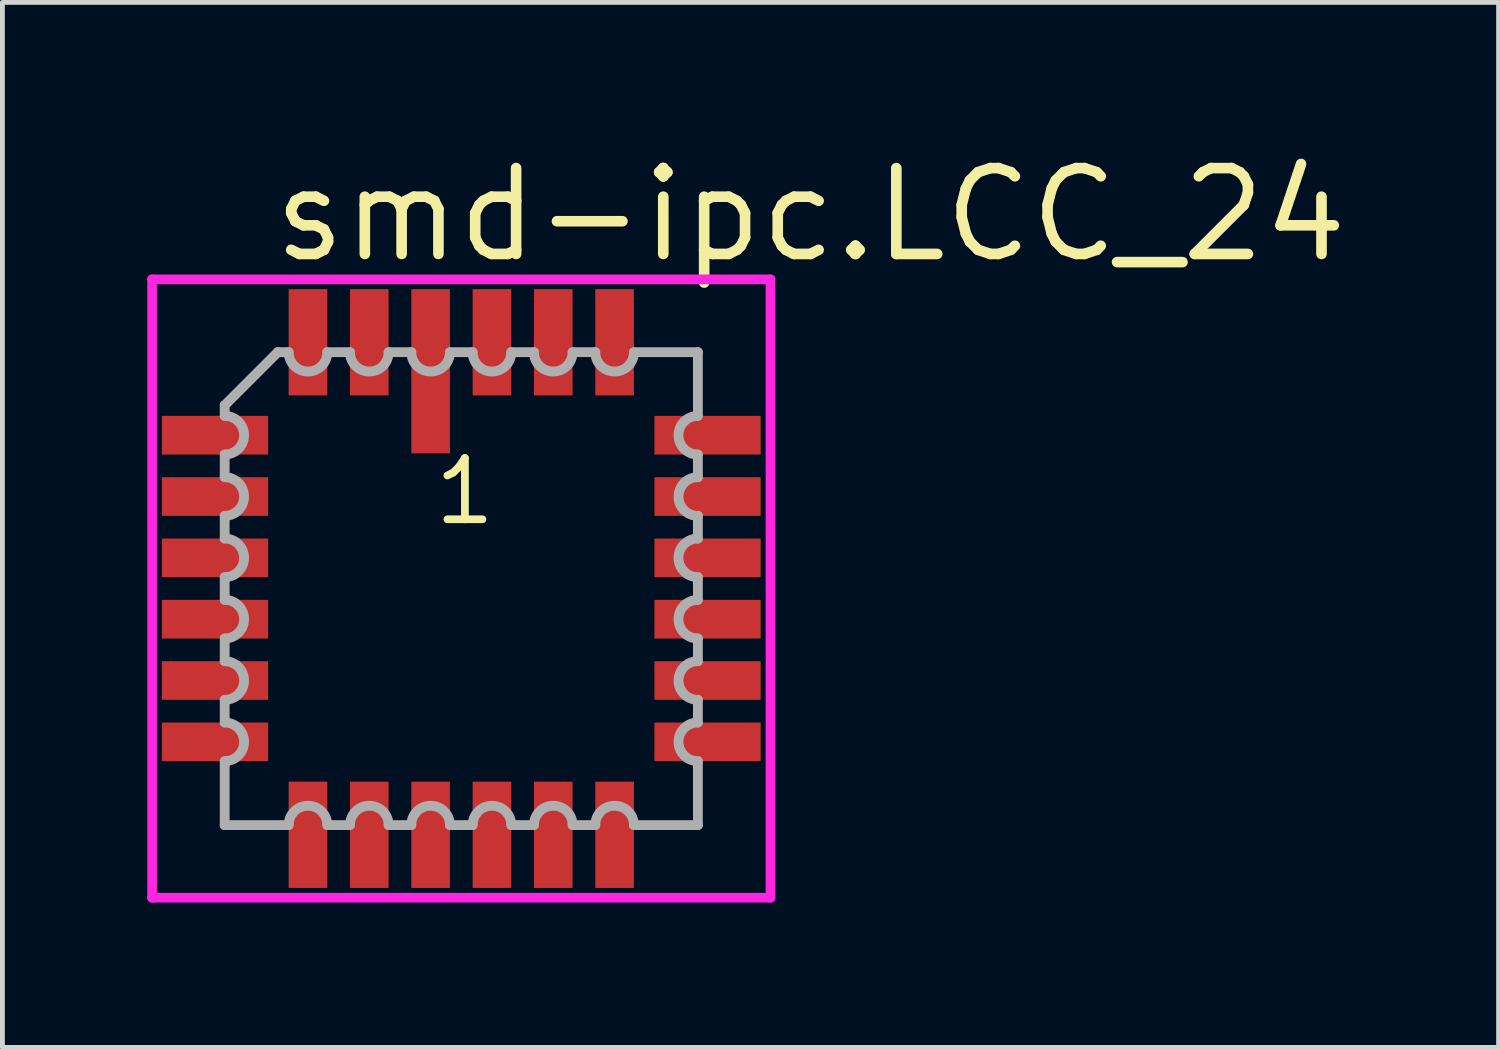
<source format=kicad_pcb>
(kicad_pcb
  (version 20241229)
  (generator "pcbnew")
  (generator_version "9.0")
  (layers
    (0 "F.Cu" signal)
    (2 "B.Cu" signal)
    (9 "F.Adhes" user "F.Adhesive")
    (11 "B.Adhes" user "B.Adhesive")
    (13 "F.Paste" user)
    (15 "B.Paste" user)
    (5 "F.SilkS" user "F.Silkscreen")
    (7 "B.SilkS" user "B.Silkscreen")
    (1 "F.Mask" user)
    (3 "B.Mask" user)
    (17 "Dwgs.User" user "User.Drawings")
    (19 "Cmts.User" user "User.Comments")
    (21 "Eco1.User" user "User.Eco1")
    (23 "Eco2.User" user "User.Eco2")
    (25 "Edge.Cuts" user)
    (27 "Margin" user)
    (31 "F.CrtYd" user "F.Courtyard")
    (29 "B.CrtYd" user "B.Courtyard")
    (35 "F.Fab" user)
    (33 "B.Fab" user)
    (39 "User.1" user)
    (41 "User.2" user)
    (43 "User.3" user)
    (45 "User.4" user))
  (footprint "smd-ipc.LCC_24"
    (layer "F.Cu")
    (at 6.503 9.138)
    (property "Reference" "smd-ipc.LCC_24" (at -4.005 -6.7 0) (layer "F.SilkS") (effects (font (size 1.778 1.778) (thickness 0.22)) (justify left bottom)))
    (attr smd)
    (fp_line (start -6.403 -6.403) (end 6.403 -6.403) (stroke (width 0.2) (type default)) (layer "F.CrtYd"))
    (fp_line (start -6.403 6.403) (end -6.403 -6.403) (stroke (width 0.2) (type default)) (layer "F.CrtYd"))
    (fp_line (start 6.403 -6.403) (end 6.403 6.403) (stroke (width 0.2) (type default)) (layer "F.CrtYd"))
    (fp_line (start 6.403 6.403) (end -6.403 6.403) (stroke (width 0.2) (type default)) (layer "F.CrtYd"))
    (fp_line (start -4.9 -3.795) (end -4.9 -3.575) (stroke (width 0.203) (type default)) (layer "F.Fab"))
    (fp_line (start -4.9 -2.775) (end -4.9 -2.305) (stroke (width 0.203) (type default)) (layer "F.Fab"))
    (fp_line (start -4.9 -1.505) (end -4.9 -1.035) (stroke (width 0.203) (type default)) (layer "F.Fab"))
    (fp_line (start -4.9 -0.235) (end -4.9 0.235) (stroke (width 0.203) (type default)) (layer "F.Fab"))
    (fp_line (start -4.9 1.035) (end -4.9 1.505) (stroke (width 0.203) (type default)) (layer "F.Fab"))
    (fp_line (start -4.9 2.305) (end -4.9 2.775) (stroke (width 0.203) (type default)) (layer "F.Fab"))
    (fp_line (start -4.9 3.575) (end -4.9 4.9) (stroke (width 0.203) (type default)) (layer "F.Fab"))
    (fp_line (start -4.9 4.9) (end -3.575 4.9) (stroke (width 0.203) (type default)) (layer "F.Fab"))
    (fp_line (start -3.8 -4.895) (end -4.9 -3.795) (stroke (width 0.203) (type default)) (layer "F.Fab"))
    (fp_line (start -3.575 -4.895) (end -3.8 -4.895) (stroke (width 0.203) (type default)) (layer "F.Fab"))
    (fp_line (start -2.775 4.9) (end -2.305 4.9) (stroke (width 0.203) (type default)) (layer "F.Fab"))
    (fp_line (start -2.305 -4.895) (end -2.775 -4.895) (stroke (width 0.203) (type default)) (layer "F.Fab"))
    (fp_line (start -1.505 4.9) (end -1.035 4.9) (stroke (width 0.203) (type default)) (layer "F.Fab"))
    (fp_line (start -1.035 -4.895) (end -1.505 -4.895) (stroke (width 0.203) (type default)) (layer "F.Fab"))
    (fp_line (start -0.235 4.9) (end 0.235 4.9) (stroke (width 0.203) (type default)) (layer "F.Fab"))
    (fp_line (start 0.235 -4.895) (end -0.235 -4.895) (stroke (width 0.203) (type default)) (layer "F.Fab"))
    (fp_line (start 1.035 4.9) (end 1.505 4.9) (stroke (width 0.203) (type default)) (layer "F.Fab"))
    (fp_line (start 1.505 -4.895) (end 1.035 -4.895) (stroke (width 0.203) (type default)) (layer "F.Fab"))
    (fp_line (start 2.305 4.9) (end 2.775 4.9) (stroke (width 0.203) (type default)) (layer "F.Fab"))
    (fp_line (start 2.775 -4.895) (end 2.305 -4.895) (stroke (width 0.203) (type default)) (layer "F.Fab"))
    (fp_line (start 3.575 4.9) (end 4.9 4.9) (stroke (width 0.203) (type default)) (layer "F.Fab"))
    (fp_line (start 4.9 -4.895) (end 3.575 -4.895) (stroke (width 0.203) (type default)) (layer "F.Fab"))
    (fp_line (start 4.9 -3.575) (end 4.9 -4.895) (stroke (width 0.203) (type default)) (layer "F.Fab"))
    (fp_line (start 4.9 -2.305) (end 4.9 -2.775) (stroke (width 0.203) (type default)) (layer "F.Fab"))
    (fp_line (start 4.9 -1.035) (end 4.9 -1.505) (stroke (width 0.203) (type default)) (layer "F.Fab"))
    (fp_line (start 4.9 0.235) (end 4.9 -0.235) (stroke (width 0.203) (type default)) (layer "F.Fab"))
    (fp_line (start 4.9 1.505) (end 4.9 1.035) (stroke (width 0.203) (type default)) (layer "F.Fab"))
    (fp_line (start 4.9 2.775) (end 4.9 2.305) (stroke (width 0.203) (type default)) (layer "F.Fab"))
    (fp_line (start 4.9 4.9) (end 4.9 3.575) (stroke (width 0.203) (type default)) (layer "F.Fab"))
    (fp_arc (start -4.8984 -3.575) (mid -4.4984 -3.175) (end -4.8984 -2.775) (stroke (width 0.2032) (type default)) (layer "F.Fab"))
    (fp_arc (start -4.8984 -2.305) (mid -4.4984 -1.905) (end -4.8984 -1.505) (stroke (width 0.2032) (type default)) (layer "F.Fab"))
    (fp_arc (start -4.8984 -1.035) (mid -4.4984 -0.635) (end -4.8984 -0.235) (stroke (width 0.2032) (type default)) (layer "F.Fab"))
    (fp_arc (start -4.8984 0.2349) (mid -4.4983 0.635) (end -4.8984 1.0351) (stroke (width 0.2032) (type default)) (layer "F.Fab"))
    (fp_arc (start -4.8984 1.5049) (mid -4.4983 1.905) (end -4.8984 2.3051) (stroke (width 0.2032) (type default)) (layer "F.Fab"))
    (fp_arc (start -4.8984 2.7749) (mid -4.4983 3.175) (end -4.8984 3.5751) (stroke (width 0.2032) (type default)) (layer "F.Fab"))
    (fp_arc (start -3.5751 4.8984) (mid -3.175 4.4983) (end -2.7749 4.8984) (stroke (width 0.2032) (type default)) (layer "F.Fab"))
    (fp_arc (start -2.7749 -4.8933) (mid -3.175 -4.4932) (end -3.5751 -4.8933) (stroke (width 0.2032) (type default)) (layer "F.Fab"))
    (fp_arc (start -2.3051 4.8984) (mid -1.905 4.4983) (end -1.5049 4.8984) (stroke (width 0.2032) (type default)) (layer "F.Fab"))
    (fp_arc (start -1.5049 -4.8933) (mid -1.905 -4.4932) (end -2.3051 -4.8933) (stroke (width 0.2032) (type default)) (layer "F.Fab"))
    (fp_arc (start -1.0351 4.8984) (mid -0.635 4.4983) (end -0.2349 4.8984) (stroke (width 0.2032) (type default)) (layer "F.Fab"))
    (fp_arc (start -0.2349 -4.8933) (mid -0.635 -4.4932) (end -1.0351 -4.8933) (stroke (width 0.2032) (type default)) (layer "F.Fab"))
    (fp_arc (start 0.235 4.8984) (mid 0.635 4.4984) (end 1.035 4.8984) (stroke (width 0.2032) (type default)) (layer "F.Fab"))
    (fp_arc (start 1.035 -4.8933) (mid 0.635 -4.4933) (end 0.235 -4.8933) (stroke (width 0.2032) (type default)) (layer "F.Fab"))
    (fp_arc (start 1.505 4.8984) (mid 1.905 4.4984) (end 2.305 4.8984) (stroke (width 0.2032) (type default)) (layer "F.Fab"))
    (fp_arc (start 2.305 -4.8933) (mid 1.905 -4.4933) (end 1.505 -4.8933) (stroke (width 0.2032) (type default)) (layer "F.Fab"))
    (fp_arc (start 2.775 4.8984) (mid 3.175 4.4984) (end 3.575 4.8984) (stroke (width 0.2032) (type default)) (layer "F.Fab"))
    (fp_arc (start 3.575 -4.8933) (mid 3.175 -4.4933) (end 2.775 -4.8933) (stroke (width 0.2032) (type default)) (layer "F.Fab"))
    (fp_arc (start 4.8984 -2.7749) (mid 4.4983 -3.175) (end 4.8984 -3.5751) (stroke (width 0.2032) (type default)) (layer "F.Fab"))
    (fp_arc (start 4.8984 -1.5049) (mid 4.4983 -1.905) (end 4.8984 -2.3051) (stroke (width 0.2032) (type default)) (layer "F.Fab"))
    (fp_arc (start 4.8984 -0.2349) (mid 4.4983 -0.635) (end 4.8984 -1.0351) (stroke (width 0.2032) (type default)) (layer "F.Fab"))
    (fp_arc (start 4.8984 1.035) (mid 4.4984 0.635) (end 4.8984 0.235) (stroke (width 0.2032) (type default)) (layer "F.Fab"))
    (fp_arc (start 4.8984 2.305) (mid 4.4984 1.905) (end 4.8984 1.505) (stroke (width 0.2032) (type default)) (layer "F.Fab"))
    (fp_arc (start 4.8984 3.575) (mid 4.4984 3.175) (end 4.8984 2.775) (stroke (width 0.2032) (type default)) (layer "F.Fab"))
    (fp_text user "1" (at -0.635 -1.27 0) (layer "F.SilkS") (effects (font (size 1.27 1.27) (thickness 0.16)) (justify left bottom)))
    (pad "1" smd roundrect (at -0.635 -4.5) (size 0.8 3.4) (layers "F.Cu" "F.Mask" "F.Paste") (roundrect_rratio 0.01))
    (pad "2" smd roundrect (at -1.905 -5.1) (size 0.8 2.2) (layers "F.Cu" "F.Mask" "F.Paste") (roundrect_rratio 0.01))
    (pad "3" smd roundrect (at -3.175 -5.1) (size 0.8 2.2) (layers "F.Cu" "F.Mask" "F.Paste") (roundrect_rratio 0.01))
    (pad "4" smd roundrect (at -5.1 -3.175) (size 2.2 0.8) (layers "F.Cu" "F.Mask" "F.Paste") (roundrect_rratio 0.01))
    (pad "5" smd roundrect (at -5.1 -1.905) (size 2.2 0.8) (layers "F.Cu" "F.Mask" "F.Paste") (roundrect_rratio 0.01))
    (pad "6" smd roundrect (at -5.1 -0.635) (size 2.2 0.8) (layers "F.Cu" "F.Mask" "F.Paste") (roundrect_rratio 0.01))
    (pad "7" smd roundrect (at -5.1 0.635) (size 2.2 0.8) (layers "F.Cu" "F.Mask" "F.Paste") (roundrect_rratio 0.01))
    (pad "8" smd roundrect (at -5.1 1.905) (size 2.2 0.8) (layers "F.Cu" "F.Mask" "F.Paste") (roundrect_rratio 0.01))
    (pad "9" smd roundrect (at -5.1 3.175) (size 2.2 0.8) (layers "F.Cu" "F.Mask" "F.Paste") (roundrect_rratio 0.01))
    (pad "10" smd roundrect (at -3.175 5.1) (size 0.8 2.2) (layers "F.Cu" "F.Mask" "F.Paste") (roundrect_rratio 0.01))
    (pad "11" smd roundrect (at -1.905 5.1) (size 0.8 2.2) (layers "F.Cu" "F.Mask" "F.Paste") (roundrect_rratio 0.01))
    (pad "12" smd roundrect (at -0.635 5.1) (size 0.8 2.2) (layers "F.Cu" "F.Mask" "F.Paste") (roundrect_rratio 0.01))
    (pad "13" smd roundrect (at 0.635 5.1) (size 0.8 2.2) (layers "F.Cu" "F.Mask" "F.Paste") (roundrect_rratio 0.01))
    (pad "14" smd roundrect (at 1.905 5.1) (size 0.8 2.2) (layers "F.Cu" "F.Mask" "F.Paste") (roundrect_rratio 0.01))
    (pad "15" smd roundrect (at 3.175 5.1) (size 0.8 2.2) (layers "F.Cu" "F.Mask" "F.Paste") (roundrect_rratio 0.01))
    (pad "16" smd roundrect (at 5.1 3.175) (size 2.2 0.8) (layers "F.Cu" "F.Mask" "F.Paste") (roundrect_rratio 0.01))
    (pad "17" smd roundrect (at 5.1 1.905) (size 2.2 0.8) (layers "F.Cu" "F.Mask" "F.Paste") (roundrect_rratio 0.01))
    (pad "18" smd roundrect (at 5.1 0.635) (size 2.2 0.8) (layers "F.Cu" "F.Mask" "F.Paste") (roundrect_rratio 0.01))
    (pad "19" smd roundrect (at 5.1 -0.635) (size 2.2 0.8) (layers "F.Cu" "F.Mask" "F.Paste") (roundrect_rratio 0.01))
    (pad "20" smd roundrect (at 5.1 -1.905) (size 2.2 0.8) (layers "F.Cu" "F.Mask" "F.Paste") (roundrect_rratio 0.01))
    (pad "21" smd roundrect (at 5.1 -3.175) (size 2.2 0.8) (layers "F.Cu" "F.Mask" "F.Paste") (roundrect_rratio 0.01))
    (pad "22" smd roundrect (at 3.175 -5.1) (size 0.8 2.2) (layers "F.Cu" "F.Mask" "F.Paste") (roundrect_rratio 0.01))
    (pad "23" smd roundrect (at 1.905 -5.1) (size 0.8 2.2) (layers "F.Cu" "F.Mask" "F.Paste") (roundrect_rratio 0.01))
    (pad "24" smd roundrect (at 0.635 -5.1) (size 0.8 2.2) (layers "F.Cu" "F.Mask" "F.Paste") (roundrect_rratio 0.01)))
  (gr_rect
    (start -3 -3)
    (end 27.985 18.641)
    (stroke (width 0.1) (type default))
    (fill no)
    (layer "Edge.Cuts")))
</source>
